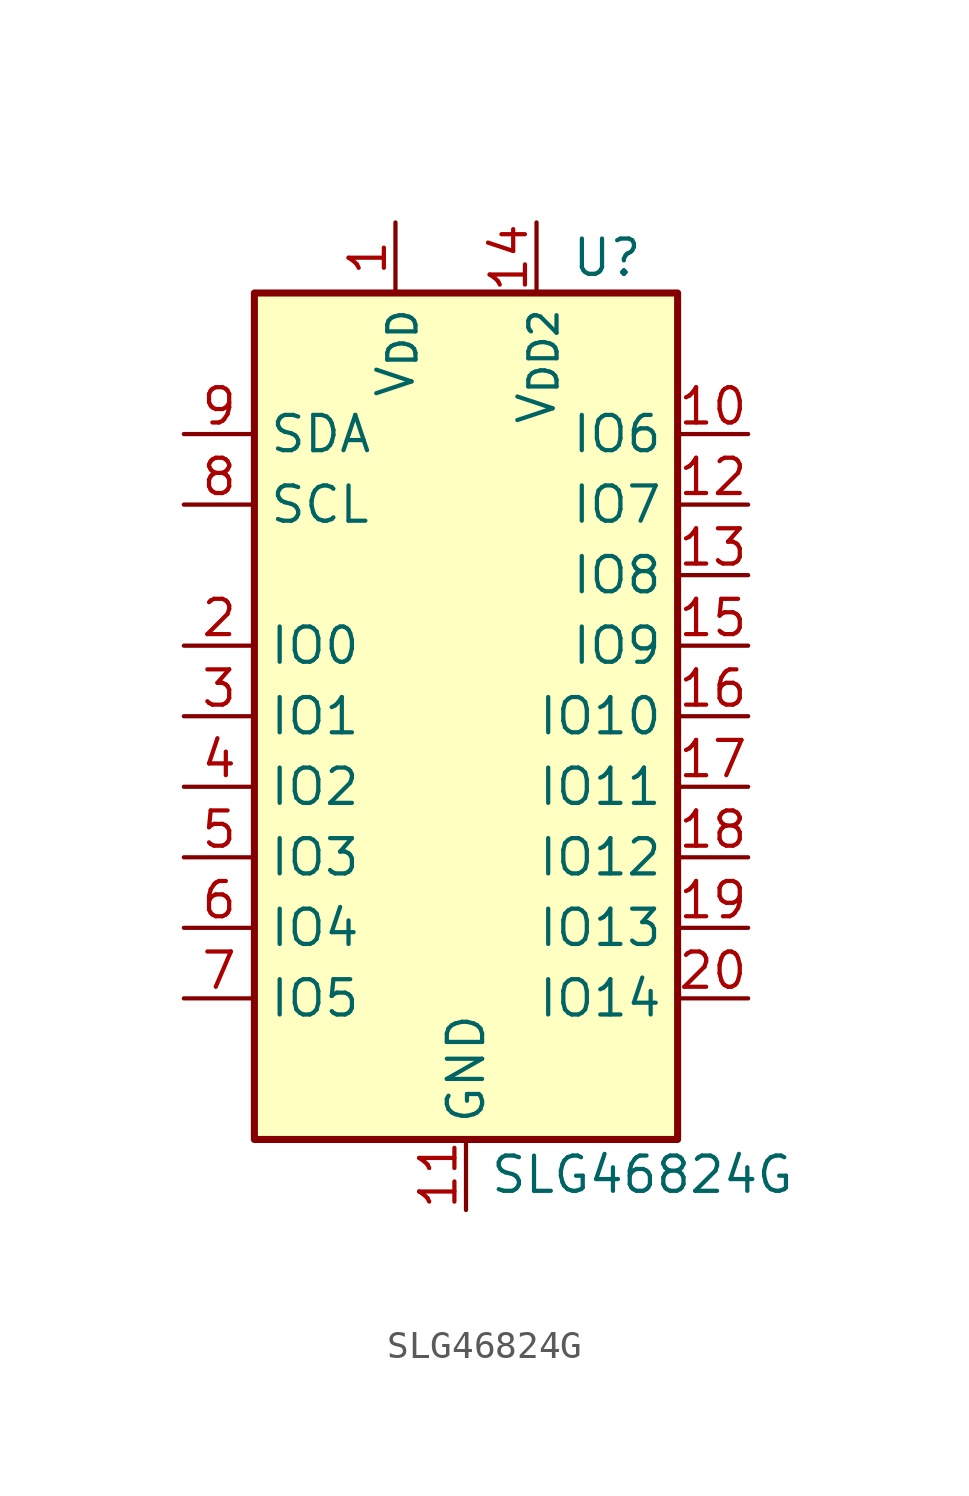
<source format=kicad_sym>
(kicad_symbol_lib
  (version 20241209)
  (generator "kicad_symbol_editor")
  (generator_version "9.0")
  (symbol "SLG46824G"
    (property "Reference" "U"
      (at 5.08 16.51 0)
      (effects (font (size 1.27 1.27))))
    (property "Value" "SLG46824G"
      (at 6.35 -16.51 0)
      (effects (font (size 1.27 1.27))))
    (symbol "SLG46824G_1_1"
      (rectangle (start -7.62 15.24) (end 7.62 -15.24) (stroke (width 0.254) (type default)) (fill (type background)))
      (pin bidirectional line (at -10.16 10.16 0) (length 2.54) (name "SDA" (effects (font (size 1.27 1.27)))) (number "9" (effects (font (size 1.27 1.27)))))
      (pin bidirectional line (at -10.16 7.62 0) (length 2.54) (name "SCL" (effects (font (size 1.27 1.27)))) (number "8" (effects (font (size 1.27 1.27)))))
      (pin bidirectional line (at -10.16 2.54 0) (length 2.54) (name "IO0" (effects (font (size 1.27 1.27)))) (number "2" (effects (font (size 1.27 1.27)))))
      (pin bidirectional line (at -10.16 0 0) (length 2.54) (name "IO1" (effects (font (size 1.27 1.27)))) (number "3" (effects (font (size 1.27 1.27)))) (alternate "Vref_IN" input line))
      (pin bidirectional line (at -10.16 -2.54 0) (length 2.54) (name "IO2" (effects (font (size 1.27 1.27)))) (number "4" (effects (font (size 1.27 1.27)))) (alternate "SLA_0" passive line))
      (pin bidirectional line (at -10.16 -5.08 0) (length 2.54) (name "IO3" (effects (font (size 1.27 1.27)))) (number "5" (effects (font (size 1.27 1.27)))) (alternate "SLA_1" passive line))
      (pin bidirectional line (at -10.16 -7.62 0) (length 2.54) (name "IO4" (effects (font (size 1.27 1.27)))) (number "6" (effects (font (size 1.27 1.27)))) (alternate "SLA_2" passive line))
      (pin bidirectional line (at -10.16 -10.16 0) (length 2.54) (name "IO5" (effects (font (size 1.27 1.27)))) (number "7" (effects (font (size 1.27 1.27)))) (alternate "SLA_3" passive line))
      (pin power_in line (at -2.54 17.78 270) (length 2.54) (name "V_{DD}" (effects (font (size 1.27 1.27)))) (number "1" (effects (font (size 1.27 1.27)))))
      (pin power_in line (at 0 -17.78 90) (length 2.54) (name "GND" (effects (font (size 1.27 1.27)))) (number "11" (effects (font (size 1.27 1.27)))))
      (pin power_in line (at 2.54 17.78 270) (length 2.54) (name "V_{DD2}" (effects (font (size 1.27 1.27)))) (number "14" (effects (font (size 1.27 1.27)))))
      (pin output line (at 10.16 10.16 180) (length 2.54) (name "IO6" (effects (font (size 1.27 1.27)))) (number "10" (effects (font (size 1.27 1.27)))))
      (pin output line (at 10.16 7.62 180) (length 2.54) (name "IO7" (effects (font (size 1.27 1.27)))) (number "12" (effects (font (size 1.27 1.27)))))
      (pin bidirectional line (at 10.16 5.08 180) (length 2.54) (name "IO8" (effects (font (size 1.27 1.27)))) (number "13" (effects (font (size 1.27 1.27)))))
      (pin bidirectional line (at 10.16 2.54 180) (length 2.54) (name "IO9" (effects (font (size 1.27 1.27)))) (number "15" (effects (font (size 1.27 1.27)))) (alternate "Vref_OUT1" output line))
      (pin bidirectional line (at 10.16 0 180) (length 2.54) (name "IO10" (effects (font (size 1.27 1.27)))) (number "16" (effects (font (size 1.27 1.27)))) (alternate "Vref_OUT0" output line))
      (pin bidirectional line (at 10.16 -2.54 180) (length 2.54) (name "IO11" (effects (font (size 1.27 1.27)))) (number "17" (effects (font (size 1.27 1.27)))) (alternate "ACMP3L_IN" input line))
      (pin bidirectional line (at 10.16 -5.08 180) (length 2.54) (name "IO12" (effects (font (size 1.27 1.27)))) (number "18" (effects (font (size 1.27 1.27)))) (alternate "ACMP2L_IN" input line))
      (pin bidirectional line (at 10.16 -7.62 180) (length 2.54) (name "IO13" (effects (font (size 1.27 1.27)))) (number "19" (effects (font (size 1.27 1.27)))) (alternate "ACMP1H_IN" input line))
      (pin bidirectional line (at 10.16 -10.16 180) (length 2.54) (name "IO14" (effects (font (size 1.27 1.27)))) (number "20" (effects (font (size 1.27 1.27)))) (alternate "ACMP0H_IN" input line)))))
</source>
